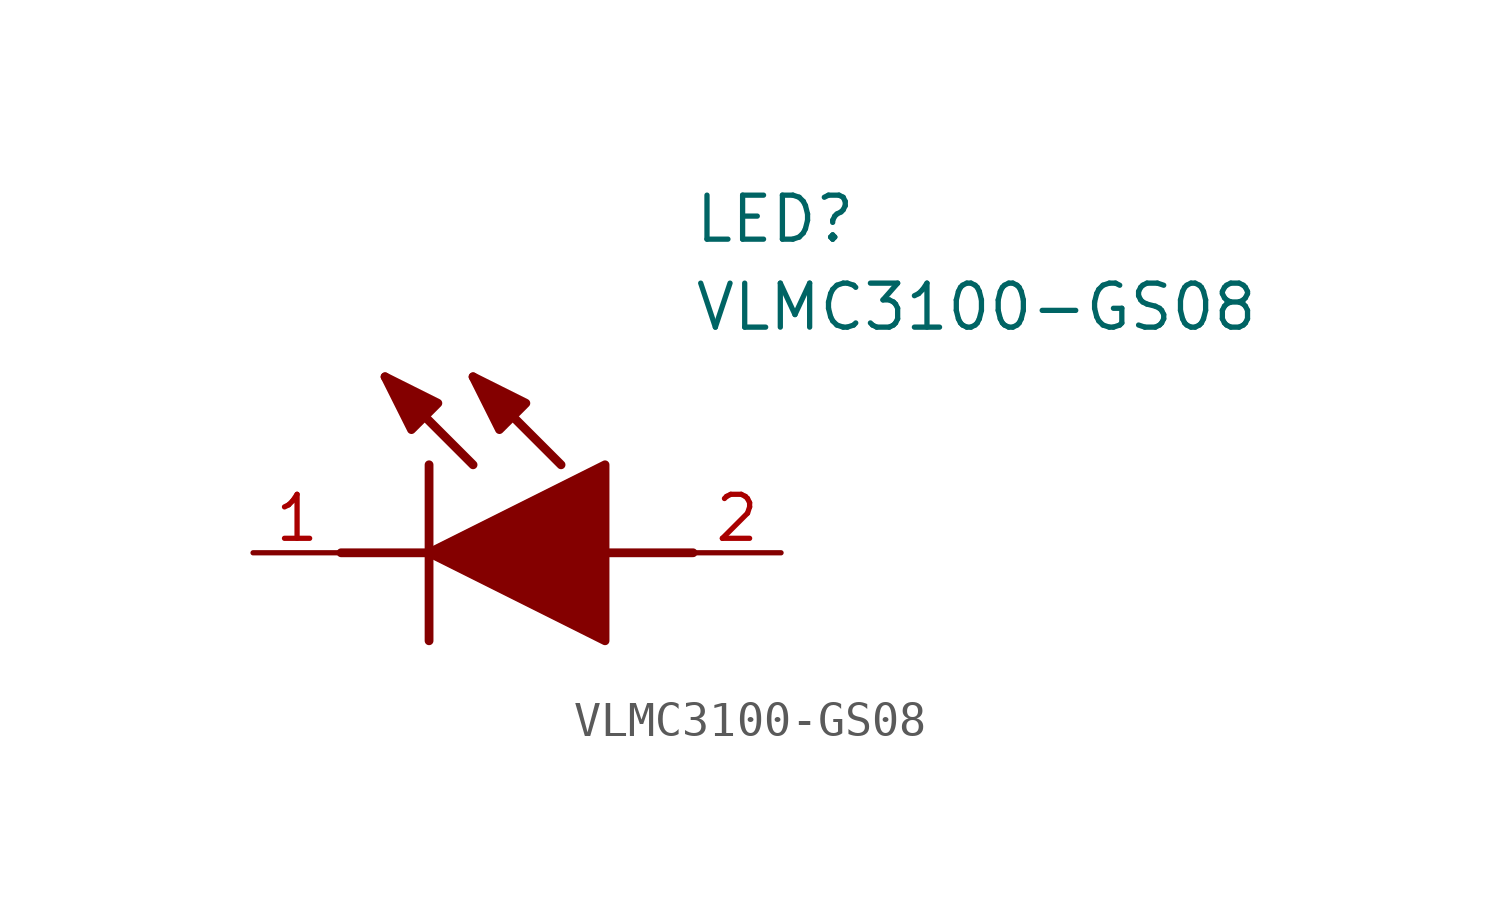
<source format=kicad_sym>
(kicad_symbol_lib
  (version 20211014)
  (generator SamacSys_ECAD_Model)
  (symbol "VLMC3100-GS08"
    (pin_names hide)
    (property "Reference" "LED"
      (at 12.7 8.89 0)
      (effects (font (size 1.27 1.27)) (justify left bottom)))
    (property "Value" "VLMC3100-GS08"
      (at 12.7 6.35 0)
      (effects (font (size 1.27 1.27)) (justify left bottom)))
    (polyline
      (pts (xy 5.08 2.54) (xy 5.08 -2.54))
      (stroke (width 0.254) (type default))
      (fill (type none)))
    (polyline
      (pts (xy 6.35 2.54) (xy 3.81 5.08))
      (stroke (width 0.254) (type default))
      (fill (type none)))
    (polyline
      (pts (xy 8.89 2.54) (xy 6.35 5.08))
      (stroke (width 0.254) (type default))
      (fill (type none)))
    (polyline
      (pts (xy 2.54 0) (xy 5.08 0))
      (stroke (width 0.254) (type default))
      (fill (type none)))
    (polyline
      (pts (xy 10.16 0) (xy 12.7 0))
      (stroke (width 0.254) (type default))
      (fill (type none)))
    (polyline
      (pts (xy 5.08 0) (xy 10.16 2.54) (xy 10.16 -2.54) (xy 5.08 0))
      (stroke (width 0.254) (type default))
      (fill (type outline)))
    (polyline
      (pts (xy 5.334 4.318) (xy 4.572 3.556) (xy 3.81 5.08) (xy 5.334 4.318))
      (stroke (width 0.254) (type default))
      (fill (type outline)))
    (polyline
      (pts (xy 7.874 4.318) (xy 7.112 3.556) (xy 6.35 5.08) (xy 7.874 4.318))
      (stroke (width 0.254) (type default))
      (fill (type outline)))
    (pin passive line
      (at 0 0 0)
      (length 2.54)
      (name "K" (effects (font (size 1.27 1.27))))
      (number "1" (effects (font (size 1.27 1.27)))))
    (pin passive line
      (at 15.24 0 180)
      (length 2.54)
      (name "A" (effects (font (size 1.27 1.27))))
      (number "2" (effects (font (size 1.27 1.27)))))))
</source>
